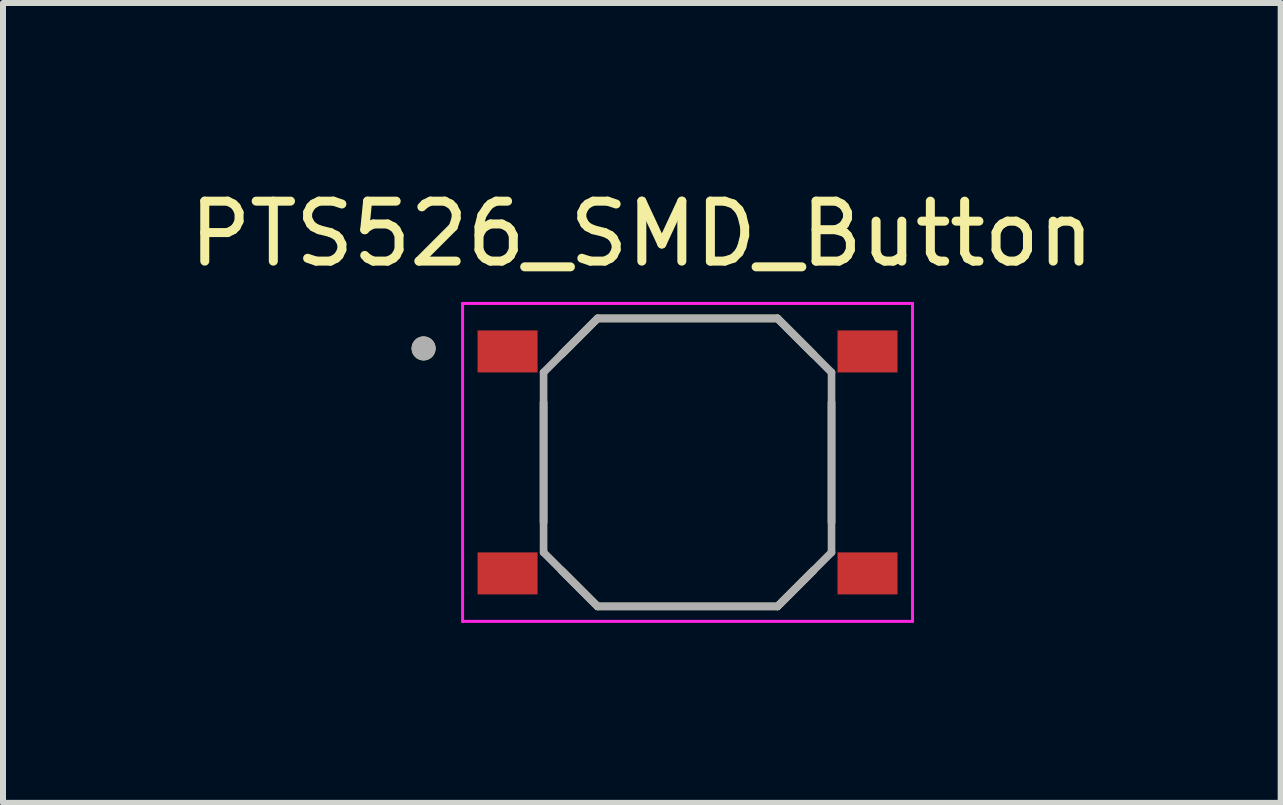
<source format=kicad_pcb>
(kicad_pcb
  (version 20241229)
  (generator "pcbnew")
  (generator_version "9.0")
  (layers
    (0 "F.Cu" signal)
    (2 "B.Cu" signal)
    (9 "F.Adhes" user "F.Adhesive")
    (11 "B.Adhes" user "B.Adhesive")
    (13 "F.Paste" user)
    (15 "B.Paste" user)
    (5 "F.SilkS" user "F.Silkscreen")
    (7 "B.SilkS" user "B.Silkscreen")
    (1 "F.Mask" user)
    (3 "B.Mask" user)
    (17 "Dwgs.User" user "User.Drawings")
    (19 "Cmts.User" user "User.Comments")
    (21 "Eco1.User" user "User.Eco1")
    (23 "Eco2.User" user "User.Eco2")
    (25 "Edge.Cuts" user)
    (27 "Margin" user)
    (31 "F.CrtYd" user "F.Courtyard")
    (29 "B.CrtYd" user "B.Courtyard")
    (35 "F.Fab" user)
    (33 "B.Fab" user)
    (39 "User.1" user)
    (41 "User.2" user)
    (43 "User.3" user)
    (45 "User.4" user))
  (footprint "PTS526_SMD_Button"
    (layer "F.Cu")
    (at 8.411 4.658)
    (property "Reference" "PTS526_SMD_Button" (at -0.762 -3.81 0) (layer "F.SilkS") (effects (font (size 1 1) (thickness 0.15))))
    (attr smd)
    (fp_line (start -2.4 -1) (end -2.4 1) (stroke (width 0.127) (type solid)) (layer "F.SilkS"))
    (fp_line (start -2.1 1.8) (end -1.5 2.4) (stroke (width 0.127) (type solid)) (layer "F.SilkS"))
    (fp_line (start -1.5 -2.4) (end -2.1 -1.8) (stroke (width 0.127) (type solid)) (layer "F.SilkS"))
    (fp_line (start -1.5 2.4) (end 1.5 2.4) (stroke (width 0.127) (type solid)) (layer "F.SilkS"))
    (fp_line (start 1.5 -2.4) (end -1.5 -2.4) (stroke (width 0.127) (type solid)) (layer "F.SilkS"))
    (fp_line (start 1.5 -2.4) (end 2.1 -1.8) (stroke (width 0.127) (type solid)) (layer "F.SilkS"))
    (fp_line (start 1.5 2.4) (end 2.1 1.8) (stroke (width 0.127) (type solid)) (layer "F.SilkS"))
    (fp_line (start 2.4 -1) (end 2.4 1) (stroke (width 0.127) (type solid)) (layer "F.SilkS"))
    (fp_circle (center -4.4 -1.9) (end -4.3 -1.9) (stroke (width 0.2) (type solid)) (fill no) (layer "F.SilkS"))
    (fp_line (start -3.75 -2.65) (end 3.75 -2.65) (stroke (width 0.05) (type solid)) (layer "F.CrtYd"))
    (fp_line (start -3.75 2.65) (end -3.75 -2.65) (stroke (width 0.05) (type solid)) (layer "F.CrtYd"))
    (fp_line (start 3.75 -2.65) (end 3.75 2.65) (stroke (width 0.05) (type solid)) (layer "F.CrtYd"))
    (fp_line (start 3.75 2.65) (end -3.75 2.65) (stroke (width 0.05) (type solid)) (layer "F.CrtYd"))
    (fp_line (start -2.4 -1.5) (end -2.4 1.5) (stroke (width 0.127) (type solid)) (layer "F.Fab"))
    (fp_line (start -1.5 -2.4) (end -2.4 -1.5) (stroke (width 0.127) (type solid)) (layer "F.Fab"))
    (fp_line (start -1.5 -2.4) (end 1.5 -2.4) (stroke (width 0.127) (type solid)) (layer "F.Fab"))
    (fp_line (start -1.5 2.4) (end -2.4 1.5) (stroke (width 0.127) (type solid)) (layer "F.Fab"))
    (fp_line (start -1.5 2.4) (end 1.5 2.4) (stroke (width 0.127) (type solid)) (layer "F.Fab"))
    (fp_line (start 1.5 -2.4) (end 2.4 -1.5) (stroke (width 0.127) (type solid)) (layer "F.Fab"))
    (fp_line (start 1.5 2.4) (end 2.4 1.5) (stroke (width 0.127) (type solid)) (layer "F.Fab"))
    (fp_line (start 2.4 -1.5) (end 2.4 1.5) (stroke (width 0.127) (type solid)) (layer "F.Fab"))
    (fp_circle (center -4.4 -1.9) (end -4.3 -1.9) (stroke (width 0.2) (type solid)) (fill no) (layer "F.Fab"))
    (pad "1" smd rect (at -3 -1.85) (size 1 0.7) (layers "F.Cu" "F.Mask" "F.Paste"))
    (pad "2" smd rect (at 3 -1.85) (size 1 0.7) (layers "F.Cu" "F.Mask" "F.Paste"))
    (pad "3" smd rect (at -3 1.85) (size 1 0.7) (layers "F.Cu" "F.Mask" "F.Paste"))
    (pad "4" smd rect (at 3 1.85) (size 1 0.7) (layers "F.Cu" "F.Mask" "F.Paste")))
  (gr_rect
    (start -3 -3)
    (end 18.298 10.333)
    (stroke (width 0.1) (type default))
    (fill no)
    (layer "Edge.Cuts")))
</source>
